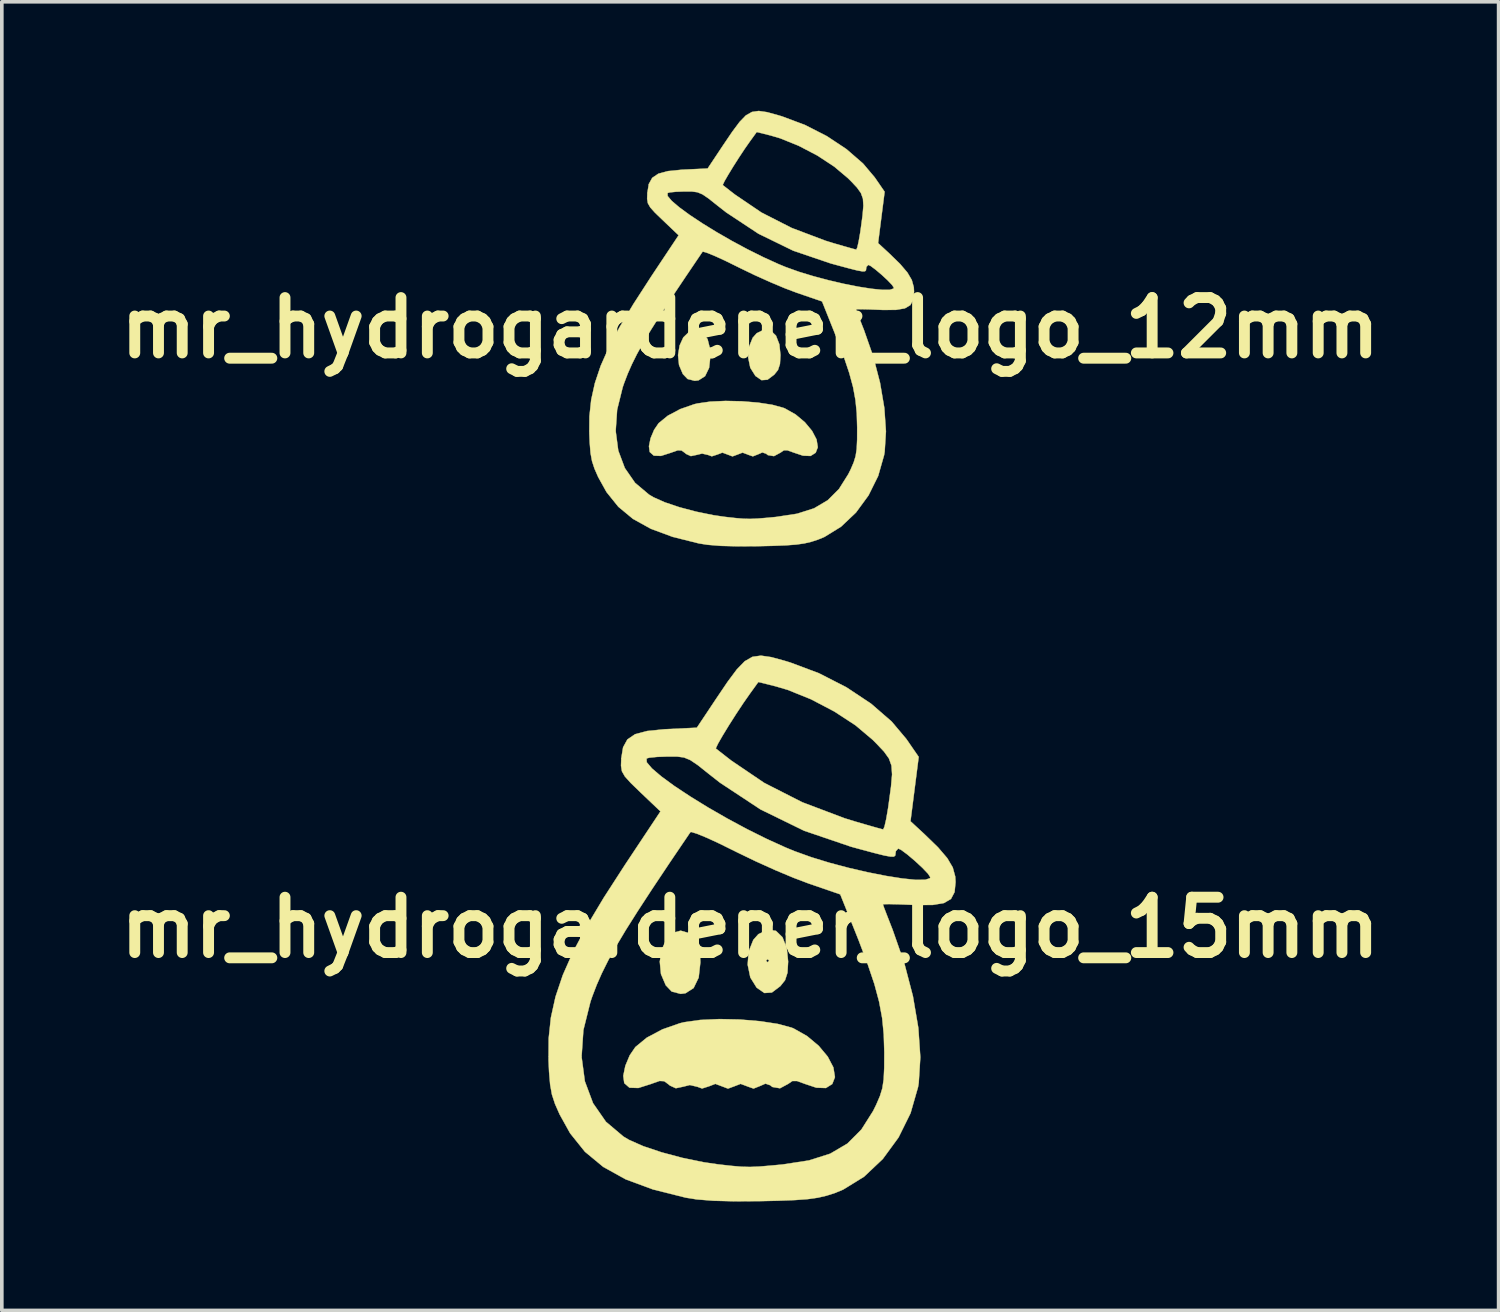
<source format=kicad_pcb>
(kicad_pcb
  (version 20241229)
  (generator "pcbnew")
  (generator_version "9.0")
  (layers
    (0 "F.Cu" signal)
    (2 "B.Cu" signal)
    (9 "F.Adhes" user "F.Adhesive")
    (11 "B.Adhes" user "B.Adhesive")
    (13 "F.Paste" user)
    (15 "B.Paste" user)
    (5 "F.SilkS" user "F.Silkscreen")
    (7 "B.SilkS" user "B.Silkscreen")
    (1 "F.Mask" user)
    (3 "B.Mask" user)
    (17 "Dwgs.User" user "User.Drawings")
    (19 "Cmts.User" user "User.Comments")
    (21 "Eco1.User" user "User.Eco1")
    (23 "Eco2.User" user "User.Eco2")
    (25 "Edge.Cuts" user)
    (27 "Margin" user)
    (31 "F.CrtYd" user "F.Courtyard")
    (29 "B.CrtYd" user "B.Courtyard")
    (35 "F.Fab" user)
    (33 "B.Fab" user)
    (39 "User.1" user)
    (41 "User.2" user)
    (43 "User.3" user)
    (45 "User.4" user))
  (footprint "mr_hydrogardener_logo_15mm"
    (layer "F.Cu")
    (at 17.606 22.488)
    (property "Reference" "mr_hydrogardener_logo_15mm" (at 0 0 0) (layer "F.SilkS") (effects (font (size 1.524 1.524) (thickness 0.3))))
    (attr through_hole)
    (fp_poly (pts (xy -1.651 0.163) (xy -1.472 0.386) (xy -1.382 0.747) (xy -1.372 0.957) (xy -1.419 1.378) (xy -1.558 1.666) (xy -1.783 1.81) (xy -1.914 1.827) (xy -2.161 1.763) (xy -2.325 1.591) (xy -2.457 1.281) (xy -2.49 0.939) (xy -2.437 0.608) (xy -2.309 0.329) (xy -2.116 0.142) (xy -1.914 0.087) (xy -1.651 0.163)) (stroke (width 0.01) (type solid)) (fill yes) (layer "F.SilkS"))
    (fp_poly (pts (xy 0.709 0.092) (xy 0.889 0.268) (xy 1.007 0.569) (xy 1.044 0.937) (xy 1.026 1.245) (xy 0.959 1.451) (xy 0.83 1.613) (xy 0.597 1.789) (xy 0.391 1.803) (xy 0.18 1.658) (xy 0.179 1.658) (xy 0.003 1.375) (xy -0.07 1.022) (xy -0.062 0.913) (xy 0.435 0.913) (xy 0.478 0.957) (xy 0.522 0.913) (xy 0.478 0.87) (xy 0.435 0.913) (xy -0.062 0.913) (xy -0.042 0.658) (xy 0.085 0.341) (xy 0.225 0.183) (xy 0.481 0.059) (xy 0.709 0.092)) (stroke (width 0.01) (type solid)) (fill yes) (layer "F.SilkS"))
    (fp_poly (pts (xy -0.286 2.533) (xy 0.268 2.579) (xy 0.759 2.654) (xy 1.138 2.756) (xy 1.195 2.779) (xy 1.566 2.989) (xy 1.886 3.257) (xy 2.134 3.554) (xy 2.29 3.852) (xy 2.333 4.119) (xy 2.259 4.309) (xy 2.083 4.419) (xy 1.821 4.41) (xy 1.506 4.305) (xy 1.29 4.226) (xy 1.16 4.226) (xy 1.045 4.305) (xy 0.82 4.426) (xy 0.61 4.39) (xy 0.55 4.342) (xy 0.419 4.298) (xy 0.271 4.363) (xy 0.092 4.434) (xy -0.079 4.374) (xy -0.087 4.37) (xy -0.264 4.304) (xy -0.435 4.37) (xy -0.612 4.435) (xy -0.783 4.37) (xy -0.96 4.304) (xy -1.131 4.37) (xy -1.325 4.432) (xy -1.454 4.385) (xy -1.662 4.336) (xy -1.841 4.381) (xy -2.048 4.425) (xy -2.211 4.351) (xy -2.244 4.322) (xy -2.368 4.231) (xy -2.496 4.224) (xy -2.702 4.296) (xy -2.724 4.305) (xy -3.081 4.418) (xy -3.325 4.41) (xy -3.468 4.284) (xy -3.495 4.084) (xy -3.438 3.807) (xy -3.317 3.518) (xy -3.162 3.291) (xy -2.847 3.032) (xy -2.417 2.804) (xy -1.934 2.635) (xy -1.817 2.607) (xy -1.378 2.545) (xy -0.851 2.521) (xy -0.286 2.533)) (stroke (width 0.01) (type solid)) (fill yes) (layer "F.SilkS"))
    (fp_poly (pts (xy 0.579 -7.445) (xy 0.946 -7.345) (xy 1.1 -7.298) (xy 1.893 -7.001) (xy 2.646 -6.616) (xy 3.324 -6.166) (xy 3.893 -5.673) (xy 4.299 -5.191) (xy 4.639 -4.698) (xy 4.413 -2.926) (xy 4.794 -2.574) (xy 5.171 -2.208) (xy 5.425 -1.911) (xy 5.577 -1.653) (xy 5.645 -1.403) (xy 5.654 -1.251) (xy 5.627 -0.977) (xy 5.529 -0.789) (xy 5.337 -0.675) (xy 5.027 -0.622) (xy 4.577 -0.619) (xy 4.435 -0.625) (xy 4.091 -0.639) (xy 3.824 -0.645) (xy 3.673 -0.642) (xy 3.653 -0.638) (xy 3.683 -0.552) (xy 3.763 -0.343) (xy 3.877 -0.051) (xy 3.921 0.061) (xy 4.242 0.978) (xy 4.48 1.89) (xy 4.629 2.765) (xy 4.684 3.572) (xy 4.64 4.277) (xy 4.621 4.393) (xy 4.415 5.111) (xy 4.084 5.78) (xy 3.65 6.373) (xy 3.134 6.861) (xy 2.558 7.216) (xy 2.333 7.309) (xy 2.099 7.384) (xy 1.862 7.439) (xy 1.586 7.478) (xy 1.234 7.504) (xy 0.773 7.522) (xy 0.304 7.533) (xy -0.428 7.538) (xy -1.012 7.523) (xy -1.471 7.486) (xy -1.772 7.438) (xy -2.675 7.212) (xy -3.427 6.934) (xy -4.046 6.591) (xy -4.551 6.173) (xy -4.958 5.666) (xy -5.246 5.148) (xy -5.375 4.856) (xy -5.459 4.6) (xy -5.509 4.322) (xy -5.539 3.966) (xy -5.553 3.646) (xy -5.552 3.558) (xy -4.643 3.558) (xy -4.553 4.234) (xy -4.328 4.836) (xy -3.973 5.348) (xy -3.491 5.755) (xy -3.334 5.848) (xy -2.946 6.02) (xy -2.438 6.19) (xy -1.864 6.343) (xy -1.278 6.463) (xy -0.883 6.521) (xy -0.517 6.562) (xy -0.243 6.586) (xy -0.004 6.592) (xy 0.256 6.581) (xy 0.595 6.552) (xy 0.892 6.524) (xy 1.617 6.413) (xy 2.203 6.227) (xy 2.677 5.948) (xy 3.062 5.561) (xy 3.385 5.05) (xy 3.468 4.882) (xy 3.571 4.643) (xy 3.638 4.426) (xy 3.675 4.18) (xy 3.69 3.857) (xy 3.692 3.436) (xy 3.677 2.945) (xy 3.633 2.493) (xy 3.549 2.042) (xy 3.419 1.557) (xy 3.231 1) (xy 2.979 0.335) (xy 2.886 0.102) (xy 2.479 -0.913) (xy 1.609 -1.212) (xy 1.197 -1.368) (xy 0.691 -1.58) (xy 0.153 -1.823) (xy -0.359 -2.07) (xy -0.429 -2.105) (xy -0.838 -2.307) (xy -1.191 -2.47) (xy -1.461 -2.581) (xy -1.619 -2.63) (xy -1.647 -2.626) (xy -2.219 -1.782) (xy -2.7 -1.061) (xy -3.099 -0.449) (xy -3.428 0.072) (xy -3.695 0.519) (xy -3.911 0.908) (xy -4.085 1.257) (xy -4.228 1.582) (xy -4.35 1.9) (xy -4.399 2.044) (xy -4.593 2.823) (xy -4.643 3.558) (xy -5.552 3.558) (xy -5.549 3.052) (xy -5.488 2.48) (xy -5.361 1.907) (xy -5.161 1.312) (xy -4.879 0.673) (xy -4.506 -0.03) (xy -4.033 -0.82) (xy -3.454 -1.717) (xy -3.444 -1.732) (xy -2.471 -3.197) (xy -3.024 -3.723) (xy -3.288 -3.979) (xy -3.45 -4.158) (xy -3.532 -4.302) (xy -3.557 -4.454) (xy -3.55 -4.655) (xy -3.55 -4.655) (xy -2.855 -4.655) (xy -2.849 -4.55) (xy -2.706 -4.381) (xy -2.447 -4.16) (xy -2.091 -3.899) (xy -1.657 -3.612) (xy -1.166 -3.309) (xy -0.637 -3.005) (xy -0.089 -2.71) (xy 0.457 -2.438) (xy 0.982 -2.2) (xy 1.229 -2.099) (xy 1.68 -1.937) (xy 2.182 -1.783) (xy 2.709 -1.643) (xy 3.237 -1.521) (xy 3.737 -1.422) (xy 4.184 -1.351) (xy 4.553 -1.313) (xy 4.816 -1.314) (xy 4.948 -1.357) (xy 4.958 -1.384) (xy 4.897 -1.48) (xy 4.742 -1.643) (xy 4.537 -1.833) (xy 4.327 -2.011) (xy 4.156 -2.137) (xy 4.076 -2.175) (xy 4.01 -2.104) (xy 4.001 -2.043) (xy 3.995 -1.985) (xy 3.958 -1.953) (xy 3.866 -1.952) (xy 3.693 -1.983) (xy 3.414 -2.053) (xy 3.004 -2.163) (xy 2.774 -2.226) (xy 1.484 -2.665) (xy 0.285 -3.251) (xy -0.832 -3.988) (xy -1.152 -4.239) (xy -1.44 -4.469) (xy -1.647 -4.609) (xy -1.822 -4.682) (xy -2.017 -4.708) (xy -2.274 -4.708) (xy -2.562 -4.698) (xy -2.774 -4.677) (xy -2.855 -4.655) (xy -3.55 -4.655) (xy -3.55 -4.66) (xy -3.506 -4.927) (xy -0.945 -4.927) (xy -0.865 -4.865) (xy -0.69 -4.728) (xy -0.522 -4.597) (xy 0.386 -3.982) (xy 1.431 -3.45) (xy 2.591 -3.011) (xy 2.882 -2.921) (xy 3.215 -2.824) (xy 3.481 -2.748) (xy 3.638 -2.706) (xy 3.662 -2.701) (xy 3.697 -2.779) (xy 3.745 -2.989) (xy 3.797 -3.292) (xy 3.814 -3.414) (xy 3.877 -3.88) (xy 3.906 -4.214) (xy 3.89 -4.458) (xy 3.82 -4.654) (xy 3.685 -4.843) (xy 3.474 -5.066) (xy 3.371 -5.169) (xy 2.901 -5.566) (xy 2.316 -5.948) (xy 1.673 -6.285) (xy 1.031 -6.544) (xy 0.699 -6.642) (xy 0.224 -6.76) (xy -0.004 -6.445) (xy -0.189 -6.18) (xy -0.391 -5.875) (xy -0.589 -5.564) (xy -0.761 -5.282) (xy -0.887 -5.062) (xy -0.945 -4.94) (xy -0.945 -4.927) (xy -3.506 -4.927) (xy -3.5 -4.962) (xy -3.382 -5.178) (xy -3.169 -5.323) (xy -2.837 -5.411) (xy -2.362 -5.459) (xy -2.257 -5.464) (xy -1.469 -5.502) (xy -0.94 -6.296) (xy -0.621 -6.768) (xy -0.367 -7.109) (xy -0.15 -7.332) (xy 0.061 -7.453) (xy 0.294 -7.486) (xy 0.579 -7.445)) (stroke (width 0.01) (type solid)) (fill yes) (layer "F.SilkS")))
  (footprint "mr_hydrogardener_logo_12mm"
    (layer "F.Cu")
    (at 17.606 5.978)
    (property "Reference" "mr_hydrogardener_logo_12mm" (at 0 0 0) (layer "F.SilkS") (effects (font (size 1.524 1.524) (thickness 0.3))))
    (attr through_hole)
    (fp_poly (pts (xy -1.317 0.13) (xy -1.174 0.308) (xy -1.102 0.596) (xy -1.094 0.763) (xy -1.132 1.1) (xy -1.243 1.329) (xy -1.423 1.444) (xy -1.527 1.457) (xy -1.724 1.407) (xy -1.855 1.27) (xy -1.96 1.022) (xy -1.987 0.749) (xy -1.944 0.485) (xy -1.842 0.262) (xy -1.688 0.113) (xy -1.527 0.069) (xy -1.317 0.13)) (stroke (width 0.01) (type solid)) (fill yes) (layer "F.SilkS"))
    (fp_poly (pts (xy 0.565 0.074) (xy 0.71 0.214) (xy 0.803 0.454) (xy 0.833 0.747) (xy 0.819 0.993) (xy 0.765 1.158) (xy 0.662 1.287) (xy 0.476 1.427) (xy 0.312 1.439) (xy 0.143 1.323) (xy 0.143 1.322) (xy 0.002 1.097) (xy -0.056 0.815) (xy -0.05 0.729) (xy 0.347 0.729) (xy 0.382 0.763) (xy 0.416 0.729) (xy 0.382 0.694) (xy 0.347 0.729) (xy -0.05 0.729) (xy -0.034 0.525) (xy 0.068 0.272) (xy 0.18 0.146) (xy 0.384 0.047) (xy 0.565 0.074)) (stroke (width 0.01) (type solid)) (fill yes) (layer "F.SilkS"))
    (fp_poly (pts (xy -0.228 2.021) (xy 0.214 2.057) (xy 0.606 2.117) (xy 0.908 2.199) (xy 0.954 2.217) (xy 1.25 2.384) (xy 1.505 2.598) (xy 1.703 2.836) (xy 1.827 3.073) (xy 1.861 3.286) (xy 1.802 3.438) (xy 1.662 3.526) (xy 1.453 3.518) (xy 1.201 3.434) (xy 1.029 3.372) (xy 0.925 3.372) (xy 0.834 3.434) (xy 0.654 3.531) (xy 0.487 3.503) (xy 0.438 3.464) (xy 0.334 3.429) (xy 0.216 3.481) (xy 0.073 3.537) (xy -0.063 3.49) (xy -0.069 3.486) (xy -0.211 3.434) (xy -0.347 3.486) (xy -0.488 3.538) (xy -0.625 3.486) (xy -0.766 3.434) (xy -0.902 3.486) (xy -1.057 3.536) (xy -1.16 3.498) (xy -1.326 3.46) (xy -1.468 3.495) (xy -1.634 3.53) (xy -1.764 3.471) (xy -1.79 3.448) (xy -1.889 3.376) (xy -1.992 3.37) (xy -2.156 3.427) (xy -2.173 3.434) (xy -2.458 3.525) (xy -2.653 3.518) (xy -2.767 3.417) (xy -2.788 3.258) (xy -2.743 3.038) (xy -2.646 2.807) (xy -2.522 2.625) (xy -2.271 2.419) (xy -1.929 2.237) (xy -1.543 2.102) (xy -1.45 2.08) (xy -1.1 2.03) (xy -0.679 2.011) (xy -0.228 2.021)) (stroke (width 0.01) (type solid)) (fill yes) (layer "F.SilkS"))
    (fp_poly (pts (xy 0.462 -5.94) (xy 0.754 -5.86) (xy 0.878 -5.823) (xy 1.51 -5.586) (xy 2.111 -5.279) (xy 2.652 -4.92) (xy 3.106 -4.526) (xy 3.43 -4.142) (xy 3.701 -3.748) (xy 3.611 -3.042) (xy 3.521 -2.335) (xy 3.825 -2.054) (xy 4.126 -1.761) (xy 4.328 -1.524) (xy 4.449 -1.318) (xy 4.504 -1.119) (xy 4.511 -0.998) (xy 4.489 -0.78) (xy 4.411 -0.629) (xy 4.258 -0.538) (xy 4.011 -0.496) (xy 3.651 -0.494) (xy 3.539 -0.499) (xy 3.264 -0.51) (xy 3.051 -0.515) (xy 2.931 -0.513) (xy 2.915 -0.509) (xy 2.939 -0.44) (xy 3.002 -0.274) (xy 3.093 -0.041) (xy 3.129 0.049) (xy 3.385 0.78) (xy 3.574 1.508) (xy 3.693 2.206) (xy 3.737 2.85) (xy 3.702 3.412) (xy 3.686 3.505) (xy 3.523 4.077) (xy 3.258 4.611) (xy 2.912 5.084) (xy 2.5 5.474) (xy 2.041 5.757) (xy 1.861 5.831) (xy 1.675 5.891) (xy 1.485 5.935) (xy 1.265 5.966) (xy 0.985 5.987) (xy 0.617 6.001) (xy 0.243 6.01) (xy -0.342 6.014) (xy -0.807 6.002) (xy -1.173 5.972) (xy -1.413 5.934) (xy -2.134 5.754) (xy -2.734 5.532) (xy -3.228 5.259) (xy -3.631 4.925) (xy -3.956 4.521) (xy -4.186 4.107) (xy -4.288 3.874) (xy -4.355 3.67) (xy -4.396 3.448) (xy -4.419 3.164) (xy -4.43 2.909) (xy -4.43 2.839) (xy -3.704 2.839) (xy -3.633 3.378) (xy -3.453 3.858) (xy -3.17 4.267) (xy -2.785 4.591) (xy -2.66 4.665) (xy -2.35 4.803) (xy -1.945 4.939) (xy -1.487 5.06) (xy -1.019 5.156) (xy -0.705 5.202) (xy -0.412 5.235) (xy -0.194 5.254) (xy -0.003 5.259) (xy 0.205 5.25) (xy 0.475 5.228) (xy 0.712 5.205) (xy 1.29 5.117) (xy 1.758 4.968) (xy 2.135 4.745) (xy 2.443 4.437) (xy 2.7 4.029) (xy 2.767 3.895) (xy 2.849 3.704) (xy 2.902 3.531) (xy 2.932 3.335) (xy 2.944 3.077) (xy 2.945 2.741) (xy 2.934 2.35) (xy 2.898 1.989) (xy 2.832 1.629) (xy 2.727 1.242) (xy 2.578 0.798) (xy 2.376 0.268) (xy 2.302 0.081) (xy 1.978 -0.729) (xy 1.284 -0.967) (xy 0.955 -1.091) (xy 0.551 -1.261) (xy 0.122 -1.454) (xy -0.286 -1.651) (xy -0.342 -1.679) (xy -0.669 -1.84) (xy -0.951 -1.97) (xy -1.166 -2.059) (xy -1.291 -2.098) (xy -1.314 -2.095) (xy -1.77 -1.421) (xy -2.154 -0.847) (xy -2.473 -0.358) (xy -2.735 0.057) (xy -2.948 0.414) (xy -3.12 0.724) (xy -3.259 1.003) (xy -3.373 1.262) (xy -3.47 1.516) (xy -3.51 1.631) (xy -3.664 2.252) (xy -3.704 2.839) (xy -4.43 2.839) (xy -4.427 2.435) (xy -4.378 1.978) (xy -4.277 1.521) (xy -4.118 1.047) (xy -3.892 0.537) (xy -3.595 -0.024) (xy -3.218 -0.654) (xy -2.755 -1.37) (xy -2.748 -1.382) (xy -1.971 -2.55) (xy -2.412 -2.97) (xy -2.624 -3.174) (xy -2.752 -3.317) (xy -2.818 -3.433) (xy -2.838 -3.553) (xy -2.832 -3.714) (xy -2.832 -3.714) (xy -2.277 -3.714) (xy -2.273 -3.63) (xy -2.159 -3.495) (xy -1.952 -3.319) (xy -1.668 -3.111) (xy -1.322 -2.881) (xy -0.93 -2.64) (xy -0.508 -2.397) (xy -0.071 -2.162) (xy 0.365 -1.945) (xy 0.783 -1.755) (xy 0.98 -1.674) (xy 1.34 -1.545) (xy 1.741 -1.423) (xy 2.162 -1.311) (xy 2.582 -1.213) (xy 2.981 -1.134) (xy 3.338 -1.078) (xy 3.632 -1.048) (xy 3.842 -1.048) (xy 3.947 -1.083) (xy 3.956 -1.104) (xy 3.907 -1.181) (xy 3.783 -1.311) (xy 3.62 -1.462) (xy 3.452 -1.604) (xy 3.316 -1.705) (xy 3.252 -1.735) (xy 3.199 -1.679) (xy 3.192 -1.63) (xy 3.187 -1.584) (xy 3.158 -1.558) (xy 3.084 -1.557) (xy 2.946 -1.582) (xy 2.724 -1.638) (xy 2.397 -1.726) (xy 2.213 -1.776) (xy 1.184 -2.126) (xy 0.227 -2.593) (xy -0.664 -3.182) (xy -0.919 -3.382) (xy -1.149 -3.565) (xy -1.314 -3.677) (xy -1.453 -3.735) (xy -1.61 -3.756) (xy -1.814 -3.756) (xy -2.044 -3.748) (xy -2.213 -3.731) (xy -2.277 -3.714) (xy -2.832 -3.714) (xy -2.832 -3.718) (xy -2.797 -3.931) (xy -0.754 -3.931) (xy -0.69 -3.881) (xy -0.551 -3.772) (xy -0.416 -3.668) (xy 0.308 -3.177) (xy 1.142 -2.752) (xy 2.067 -2.402) (xy 2.299 -2.33) (xy 2.565 -2.253) (xy 2.777 -2.193) (xy 2.903 -2.159) (xy 2.922 -2.155) (xy 2.949 -2.217) (xy 2.987 -2.385) (xy 3.029 -2.627) (xy 3.043 -2.724) (xy 3.093 -3.095) (xy 3.116 -3.362) (xy 3.104 -3.557) (xy 3.048 -3.713) (xy 2.94 -3.864) (xy 2.772 -4.042) (xy 2.689 -4.124) (xy 2.314 -4.44) (xy 1.848 -4.746) (xy 1.335 -5.014) (xy 0.823 -5.221) (xy 0.558 -5.299) (xy 0.179 -5.393) (xy -0.003 -5.142) (xy -0.151 -4.931) (xy -0.312 -4.687) (xy -0.47 -4.439) (xy -0.607 -4.214) (xy -0.708 -4.039) (xy -0.754 -3.941) (xy -0.754 -3.931) (xy -2.797 -3.931) (xy -2.793 -3.959) (xy -2.698 -4.131) (xy -2.528 -4.246) (xy -2.263 -4.317) (xy -1.884 -4.355) (xy -1.801 -4.359) (xy -1.172 -4.389) (xy -0.75 -5.023) (xy -0.495 -5.4) (xy -0.293 -5.671) (xy -0.12 -5.85) (xy 0.049 -5.946) (xy 0.235 -5.973) (xy 0.462 -5.94)) (stroke (width 0.01) (type solid)) (fill yes) (layer "F.SilkS")))
  (gr_rect
    (start -3 -3)
    (end 38.212 33.031)
    (stroke (width 0.1) (type default))
    (fill no)
    (layer "Edge.Cuts")))
</source>
